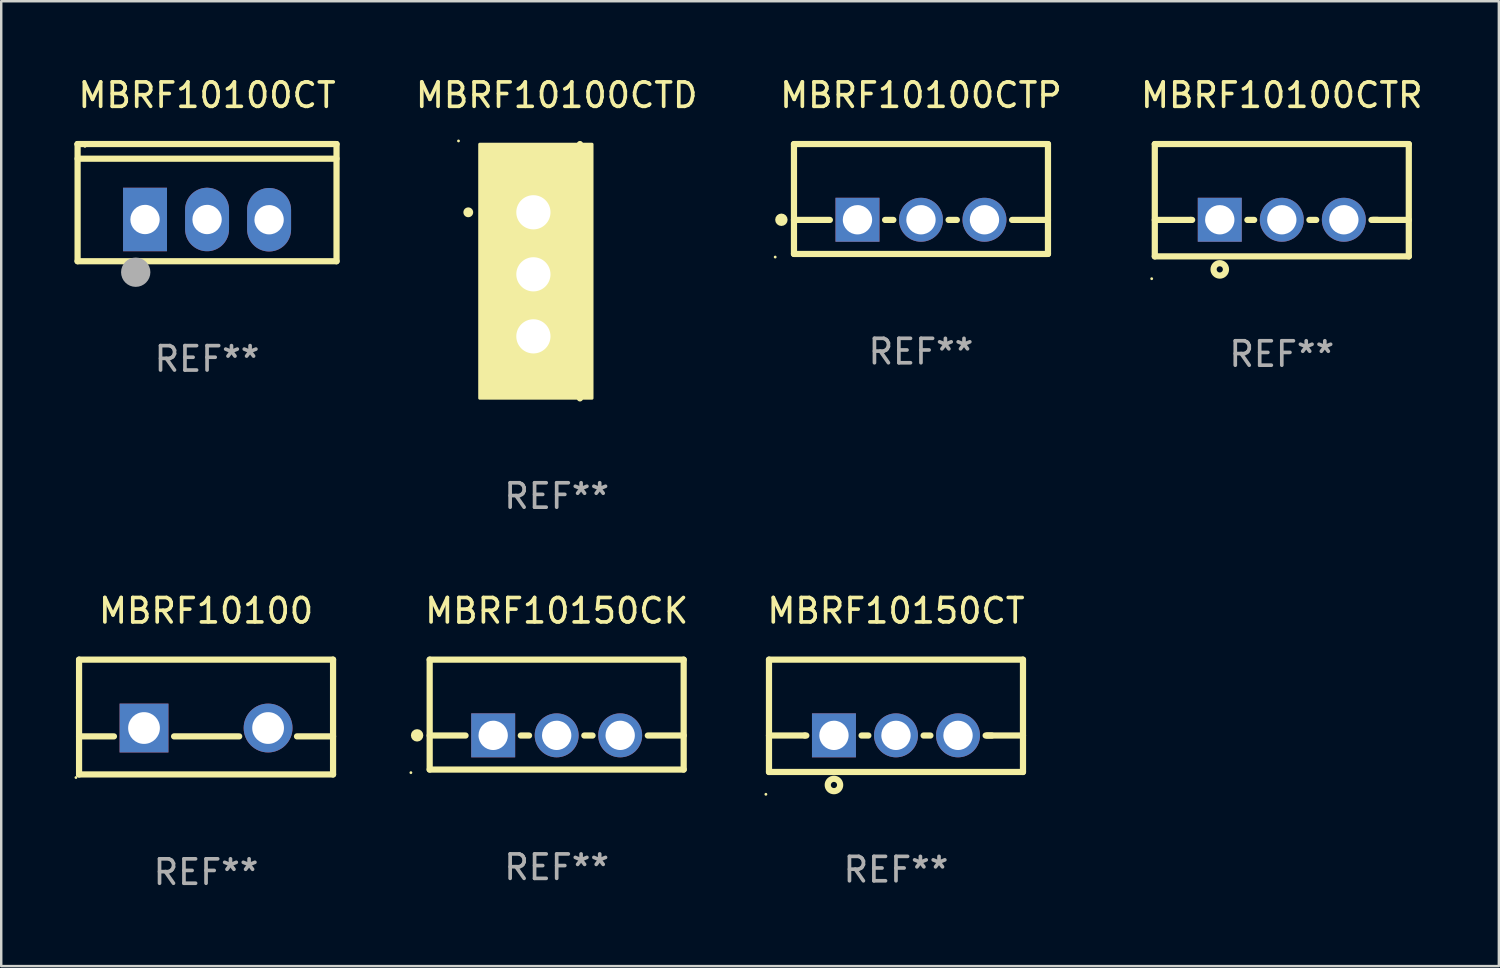
<source format=kicad_pcb>
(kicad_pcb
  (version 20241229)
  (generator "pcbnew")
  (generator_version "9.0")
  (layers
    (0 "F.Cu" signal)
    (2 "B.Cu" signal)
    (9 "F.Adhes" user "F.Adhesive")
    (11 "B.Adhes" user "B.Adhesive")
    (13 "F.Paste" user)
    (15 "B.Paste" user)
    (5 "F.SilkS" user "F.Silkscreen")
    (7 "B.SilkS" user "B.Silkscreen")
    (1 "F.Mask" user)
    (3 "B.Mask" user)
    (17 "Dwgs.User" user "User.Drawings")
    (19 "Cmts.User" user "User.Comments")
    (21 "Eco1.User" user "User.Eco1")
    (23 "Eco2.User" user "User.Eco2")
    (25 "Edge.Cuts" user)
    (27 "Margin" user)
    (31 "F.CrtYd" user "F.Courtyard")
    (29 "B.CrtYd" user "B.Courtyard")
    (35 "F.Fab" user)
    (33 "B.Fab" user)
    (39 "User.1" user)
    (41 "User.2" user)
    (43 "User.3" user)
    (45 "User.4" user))
  (footprint "MBRF10150CT"
    (layer "F.Cu")
    (at 33.636 26.259)
    (property "Reference" "MBRF10150CT" (at 0 -4.3 0) (layer "F.SilkS") (effects (font (size 1 1) (thickness 0.15))))
    (attr through_hole)
    (fp_line (start -5.2 -2.3) (end -5.2 2.3) (stroke (width 0.254) (type solid)) (layer "F.SilkS"))
    (fp_line (start -5.2 -2.3) (end 5.2 -2.3) (stroke (width 0.254) (type solid)) (layer "F.SilkS"))
    (fp_line (start -5.2 0.807) (end -3.731 0.807) (stroke (width 0.254) (type solid)) (layer "F.SilkS"))
    (fp_line (start -5.2 2.3) (end 5.2 2.3) (stroke (width 0.254) (type solid)) (layer "F.SilkS"))
    (fp_line (start -3.731 0.807) (end -3.671 0.807) (stroke (width 0.254) (type solid)) (layer "F.SilkS"))
    (fp_line (start -1.409 0.807) (end -1.131 0.807) (stroke (width 0.254) (type solid)) (layer "F.SilkS"))
    (fp_line (start 1.131 0.807) (end 1.409 0.807) (stroke (width 0.254) (type solid)) (layer "F.SilkS"))
    (fp_line (start 3.671 0.807) (end 3.926 0.807) (stroke (width 0.254) (type solid)) (layer "F.SilkS"))
    (fp_line (start 3.731 0.807) (end 5.2 0.807) (stroke (width 0.254) (type solid)) (layer "F.SilkS"))
    (fp_line (start 5.2 -2.3) (end 5.2 2.3) (stroke (width 0.254) (type solid)) (layer "F.SilkS"))
    (fp_circle (center -5.327 3.213) (end -5.297 3.213) (stroke (width 0.06) (type solid)) (fill no) (layer "F.SilkS"))
    (fp_circle (center -2.54 2.832) (end -2.286 2.832) (stroke (width 0.254) (type solid)) (fill no) (layer "F.SilkS"))
    (fp_text user "REF**" (at 0 6.3 0) (layer "F.Fab") (effects (font (size 1 1) (thickness 0.15))))
    (pad "1" thru_hole rect (at -2.54 0.8) (size 1.8 1.8) (drill 1.2) (layers "*.Cu" "*.Mask"))
    (pad "2" thru_hole circle (at 0 0.8) (size 1.8 1.8) (drill 1.2) (layers "*.Cu" "*.Mask"))
    (pad "3" thru_hole circle (at 2.54 0.8) (size 1.8 1.8) (drill 1.2) (layers "*.Cu" "*.Mask")))
  (footprint "MBRF10100CTP"
    (layer "F.Cu")
    (at 34.659 5.098)
    (property "Reference" "MBRF10100CTP" (at 0 -4.25 0) (layer "F.SilkS") (effects (font (size 1 1) (thickness 0.15))))
    (attr through_hole)
    (fp_line (start -5.2 -2.25) (end -5.2 2.25) (stroke (width 0.254) (type solid)) (layer "F.SilkS"))
    (fp_line (start -5.2 -2.25) (end 5.2 -2.25) (stroke (width 0.254) (type solid)) (layer "F.SilkS"))
    (fp_line (start -5.2 0.857) (end -3.731 0.857) (stroke (width 0.254) (type solid)) (layer "F.SilkS"))
    (fp_line (start -5.2 2.25) (end 5.2 2.25) (stroke (width 0.254) (type solid)) (layer "F.SilkS"))
    (fp_line (start -1.469 0.857) (end -1.131 0.857) (stroke (width 0.254) (type solid)) (layer "F.SilkS"))
    (fp_line (start 1.131 0.857) (end 1.469 0.857) (stroke (width 0.254) (type solid)) (layer "F.SilkS"))
    (fp_line (start 3.731 0.857) (end 5.2 0.857) (stroke (width 0.254) (type solid)) (layer "F.SilkS"))
    (fp_line (start 5.2 -2.25) (end 5.2 2.25) (stroke (width 0.254) (type solid)) (layer "F.SilkS"))
    (fp_circle (center -5.969 2.377) (end -5.939 2.377) (stroke (width 0.06) (type solid)) (fill no) (layer "F.SilkS"))
    (fp_circle (center -5.715 0.85) (end -5.588 0.85) (stroke (width 0.254) (type solid)) (fill no) (layer "F.SilkS"))
    (fp_text user "REF**" (at 0 6.25 0) (layer "F.Fab") (effects (font (size 1 1) (thickness 0.15))))
    (pad "1" thru_hole rect (at -2.6 0.85) (size 1.8 1.8) (drill 1.2) (layers "*.Cu" "*.Mask"))
    (pad "2" thru_hole circle (at 0 0.85) (size 1.8 1.8) (drill 1.2) (layers "*.Cu" "*.Mask"))
    (pad "3" thru_hole circle (at 2.6 0.85) (size 1.8 1.8) (drill 1.2) (layers "*.Cu" "*.Mask")))
  (footprint "MBRF10100CTD"
    (layer "F.Cu")
    (at 19.743 8.055)
    (property "Reference" "MBRF10100CTD" (at 0 -7.207 0) (layer "F.SilkS") (effects (font (size 1 1) (thickness 0.15))))
    (attr through_hole)
    (fp_line (start 0.953 5.207) (end 0.953 -5.207) (stroke (width 0.254) (type solid)) (layer "F.SilkS"))
    (fp_arc (start -3.619507 -2.410465) (mid -3.619511 -2.411735) (end -3.619507 -2.413005) (stroke (width 0.4) (type solid)) (layer "F.SilkS"))
    (fp_circle (center -4.02 -5.334) (end -3.99 -5.334) (stroke (width 0.06) (type solid)) (fill no) (layer "F.SilkS"))
    (fp_poly (pts (xy -3.152 -5.2) (xy 1.448 -5.2) (xy 1.448 5.2) (xy -3.152 5.2)) (stroke (width 0.12) (type solid)) (fill yes) (layer "F.SilkS"))
    (fp_text user "REF**" (at 0 9.207 0) (layer "F.Fab") (effects (font (size 1 1) (thickness 0.15))))
    (pad "1" thru_hole rect (at -0.953 -2.413 270) (size 2 2.5) (drill 1.4) (layers "*.Cu" "*.Mask"))
    (pad "2" thru_hole oval (at -0.953 0.127 270) (size 2 2.5) (drill 1.4) (layers "*.Cu" "*.Mask"))
    (pad "3" thru_hole oval (at -0.953 2.667 270) (size 2 2.5) (drill 1.4) (layers "*.Cu" "*.Mask")))
  (footprint "MBRF10100CTR"
    (layer "F.Cu")
    (at 49.433 5.148)
    (property "Reference" "MBRF10100CTR" (at 0 -4.3 0) (layer "F.SilkS") (effects (font (size 1 1) (thickness 0.15))))
    (attr through_hole)
    (fp_line (start -5.2 -2.3) (end -5.2 2.3) (stroke (width 0.254) (type solid)) (layer "F.SilkS"))
    (fp_line (start -5.2 -2.3) (end 5.2 -2.3) (stroke (width 0.254) (type solid)) (layer "F.SilkS"))
    (fp_line (start -5.2 0.807) (end -3.731 0.807) (stroke (width 0.254) (type solid)) (layer "F.SilkS"))
    (fp_line (start -5.2 2.3) (end 5.2 2.3) (stroke (width 0.254) (type solid)) (layer "F.SilkS"))
    (fp_line (start -3.731 0.807) (end -3.671 0.807) (stroke (width 0.254) (type solid)) (layer "F.SilkS"))
    (fp_line (start -1.409 0.807) (end -1.131 0.807) (stroke (width 0.254) (type solid)) (layer "F.SilkS"))
    (fp_line (start 1.131 0.807) (end 1.409 0.807) (stroke (width 0.254) (type solid)) (layer "F.SilkS"))
    (fp_line (start 3.671 0.807) (end 3.926 0.807) (stroke (width 0.254) (type solid)) (layer "F.SilkS"))
    (fp_line (start 3.731 0.807) (end 5.2 0.807) (stroke (width 0.254) (type solid)) (layer "F.SilkS"))
    (fp_line (start 5.2 -2.3) (end 5.2 2.3) (stroke (width 0.254) (type solid)) (layer "F.SilkS"))
    (fp_circle (center -5.327 3.213) (end -5.297 3.213) (stroke (width 0.06) (type solid)) (fill no) (layer "F.SilkS"))
    (fp_circle (center -2.54 2.832) (end -2.286 2.832) (stroke (width 0.254) (type solid)) (fill no) (layer "F.SilkS"))
    (fp_text user "REF**" (at 0 6.3 0) (layer "F.Fab") (effects (font (size 1 1) (thickness 0.15))))
    (pad "1" thru_hole rect (at -2.54 0.8) (size 1.8 1.8) (drill 1.2) (layers "*.Cu" "*.Mask"))
    (pad "2" thru_hole circle (at 0 0.8) (size 1.8 1.8) (drill 1.2) (layers "*.Cu" "*.Mask"))
    (pad "3" thru_hole circle (at 2.54 0.8) (size 1.8 1.8) (drill 1.2) (layers "*.Cu" "*.Mask")))
  (footprint "MBRF10100CT"
    (layer "F.Cu")
    (at 5.428 5.247)
    (property "Reference" "MBRF10100CT" (at 0 -4.399 0) (layer "F.SilkS") (effects (font (size 1 1) (thickness 0.15))))
    (attr through_hole)
    (fp_line (start -5.301 -2.399) (end 5.301 -2.399) (stroke (width 0.254) (type solid)) (layer "F.SilkS"))
    (fp_line (start -5.301 -2.394) (end -5.301 -2.399) (stroke (width 0.254) (type solid)) (layer "F.SilkS"))
    (fp_line (start -5.301 2.399) (end -5.301 -2.394) (stroke (width 0.254) (type solid)) (layer "F.SilkS"))
    (fp_line (start 5.3 -1.8) (end -5.3 -1.8) (stroke (width 0.254) (type solid)) (layer "F.SilkS"))
    (fp_line (start 5.301 -2.399) (end 5.301 2.399) (stroke (width 0.254) (type solid)) (layer "F.SilkS"))
    (fp_line (start 5.301 2.399) (end -5.301 2.399) (stroke (width 0.254) (type solid)) (layer "F.SilkS"))
    (fp_arc (start -2.769977 3.025032) (mid -2.768707 3.025028) (end -2.767437 3.025032) (stroke (width 0.4) (type solid)) (layer "F.SilkS"))
    (fp_circle (center -5 -2.305) (end -4.97 -2.305) (stroke (width 0.06) (type solid)) (fill no) (layer "F.SilkS"))
    (fp_circle (center -2.921 2.849) (end -2.621 2.849) (stroke (width 0.6) (type solid)) (fill no) (layer "F.Fab"))
    (fp_text user "REF**" (at 0 6.399 0) (layer "F.Fab") (effects (font (size 1 1) (thickness 0.15))))
    (pad "1" thru_hole rect (at -2.54 0.69) (size 1.8 2.6) (drill 1.2) (layers "*.Cu" "*.Mask"))
    (pad "2" thru_hole oval (at 0 0.69) (size 1.8 2.6) (drill 1.2) (layers "*.Cu" "*.Mask"))
    (pad "3" thru_hole oval (at 2.54 0.7) (size 1.8 2.6) (drill 1.2) (layers "*.Cu" "*.Mask")))
  (footprint "MBRF10100"
    (layer "F.Cu")
    (at 5.387 26.309)
    (property "Reference" "MBRF10100" (at 0 -4.35 0) (layer "F.SilkS") (effects (font (size 1 1) (thickness 0.15))))
    (attr through_hole)
    (fp_line (start -5.2 -2.35) (end -5.2 2.35) (stroke (width 0.254) (type solid)) (layer "F.SilkS"))
    (fp_line (start -5.2 -2.35) (end 5.2 -2.35) (stroke (width 0.254) (type solid)) (layer "F.SilkS"))
    (fp_line (start -5.2 0.792) (end -3.771 0.792) (stroke (width 0.254) (type solid)) (layer "F.SilkS"))
    (fp_line (start -5.2 2.35) (end 5.2 2.35) (stroke (width 0.254) (type solid)) (layer "F.SilkS"))
    (fp_line (start -1.309 0.792) (end 1.357 0.792) (stroke (width 0.254) (type solid)) (layer "F.SilkS"))
    (fp_line (start 3.723 0.792) (end 5.2 0.792) (stroke (width 0.254) (type solid)) (layer "F.SilkS"))
    (fp_line (start 5.2 -2.35) (end 5.2 2.35) (stroke (width 0.254) (type solid)) (layer "F.SilkS"))
    (fp_circle (center -5.327 2.477) (end -5.297 2.477) (stroke (width 0.06) (type solid)) (fill no) (layer "F.SilkS"))
    (fp_text user "REF**" (at 0 6.35 0) (layer "F.Fab") (effects (font (size 1 1) (thickness 0.15))))
    (pad "1" thru_hole rect (at -2.54 0.45) (size 2 2) (drill 1.3) (layers "*.Cu" "*.Mask"))
    (pad "2" thru_hole circle (at 2.54 0.45) (size 2 2) (drill 1.3) (layers "*.Cu" "*.Mask")))
  (footprint "MBRF10150CK"
    (layer "F.Cu")
    (at 19.743 26.209)
    (property "Reference" "MBRF10150CK" (at 0 -4.25 0) (layer "F.SilkS") (effects (font (size 1 1) (thickness 0.15))))
    (attr through_hole)
    (fp_line (start -5.2 -2.25) (end -5.2 2.25) (stroke (width 0.254) (type solid)) (layer "F.SilkS"))
    (fp_line (start -5.2 -2.25) (end 5.2 -2.25) (stroke (width 0.254) (type solid)) (layer "F.SilkS"))
    (fp_line (start -5.2 0.857) (end -3.731 0.857) (stroke (width 0.254) (type solid)) (layer "F.SilkS"))
    (fp_line (start -5.2 2.25) (end 5.2 2.25) (stroke (width 0.254) (type solid)) (layer "F.SilkS"))
    (fp_line (start -1.469 0.857) (end -1.131 0.857) (stroke (width 0.254) (type solid)) (layer "F.SilkS"))
    (fp_line (start 1.131 0.857) (end 1.469 0.857) (stroke (width 0.254) (type solid)) (layer "F.SilkS"))
    (fp_line (start 3.731 0.857) (end 5.2 0.857) (stroke (width 0.254) (type solid)) (layer "F.SilkS"))
    (fp_line (start 5.2 -2.25) (end 5.2 2.25) (stroke (width 0.254) (type solid)) (layer "F.SilkS"))
    (fp_circle (center -5.969 2.377) (end -5.939 2.377) (stroke (width 0.06) (type solid)) (fill no) (layer "F.SilkS"))
    (fp_circle (center -5.715 0.85) (end -5.588 0.85) (stroke (width 0.254) (type solid)) (fill no) (layer "F.SilkS"))
    (fp_text user "REF**" (at 0 6.25 0) (layer "F.Fab") (effects (font (size 1 1) (thickness 0.15))))
    (pad "1" thru_hole rect (at -2.6 0.85) (size 1.8 1.8) (drill 1.2) (layers "*.Cu" "*.Mask"))
    (pad "2" thru_hole circle (at 0 0.85) (size 1.8 1.8) (drill 1.2) (layers "*.Cu" "*.Mask"))
    (pad "3" thru_hole circle (at 2.6 0.85) (size 1.8 1.8) (drill 1.2) (layers "*.Cu" "*.Mask")))
  (gr_rect
    (start -3 -3)
    (end 58.32 36.507)
    (stroke (width 0.1) (type default))
    (fill no)
    (layer "Edge.Cuts")))
</source>
